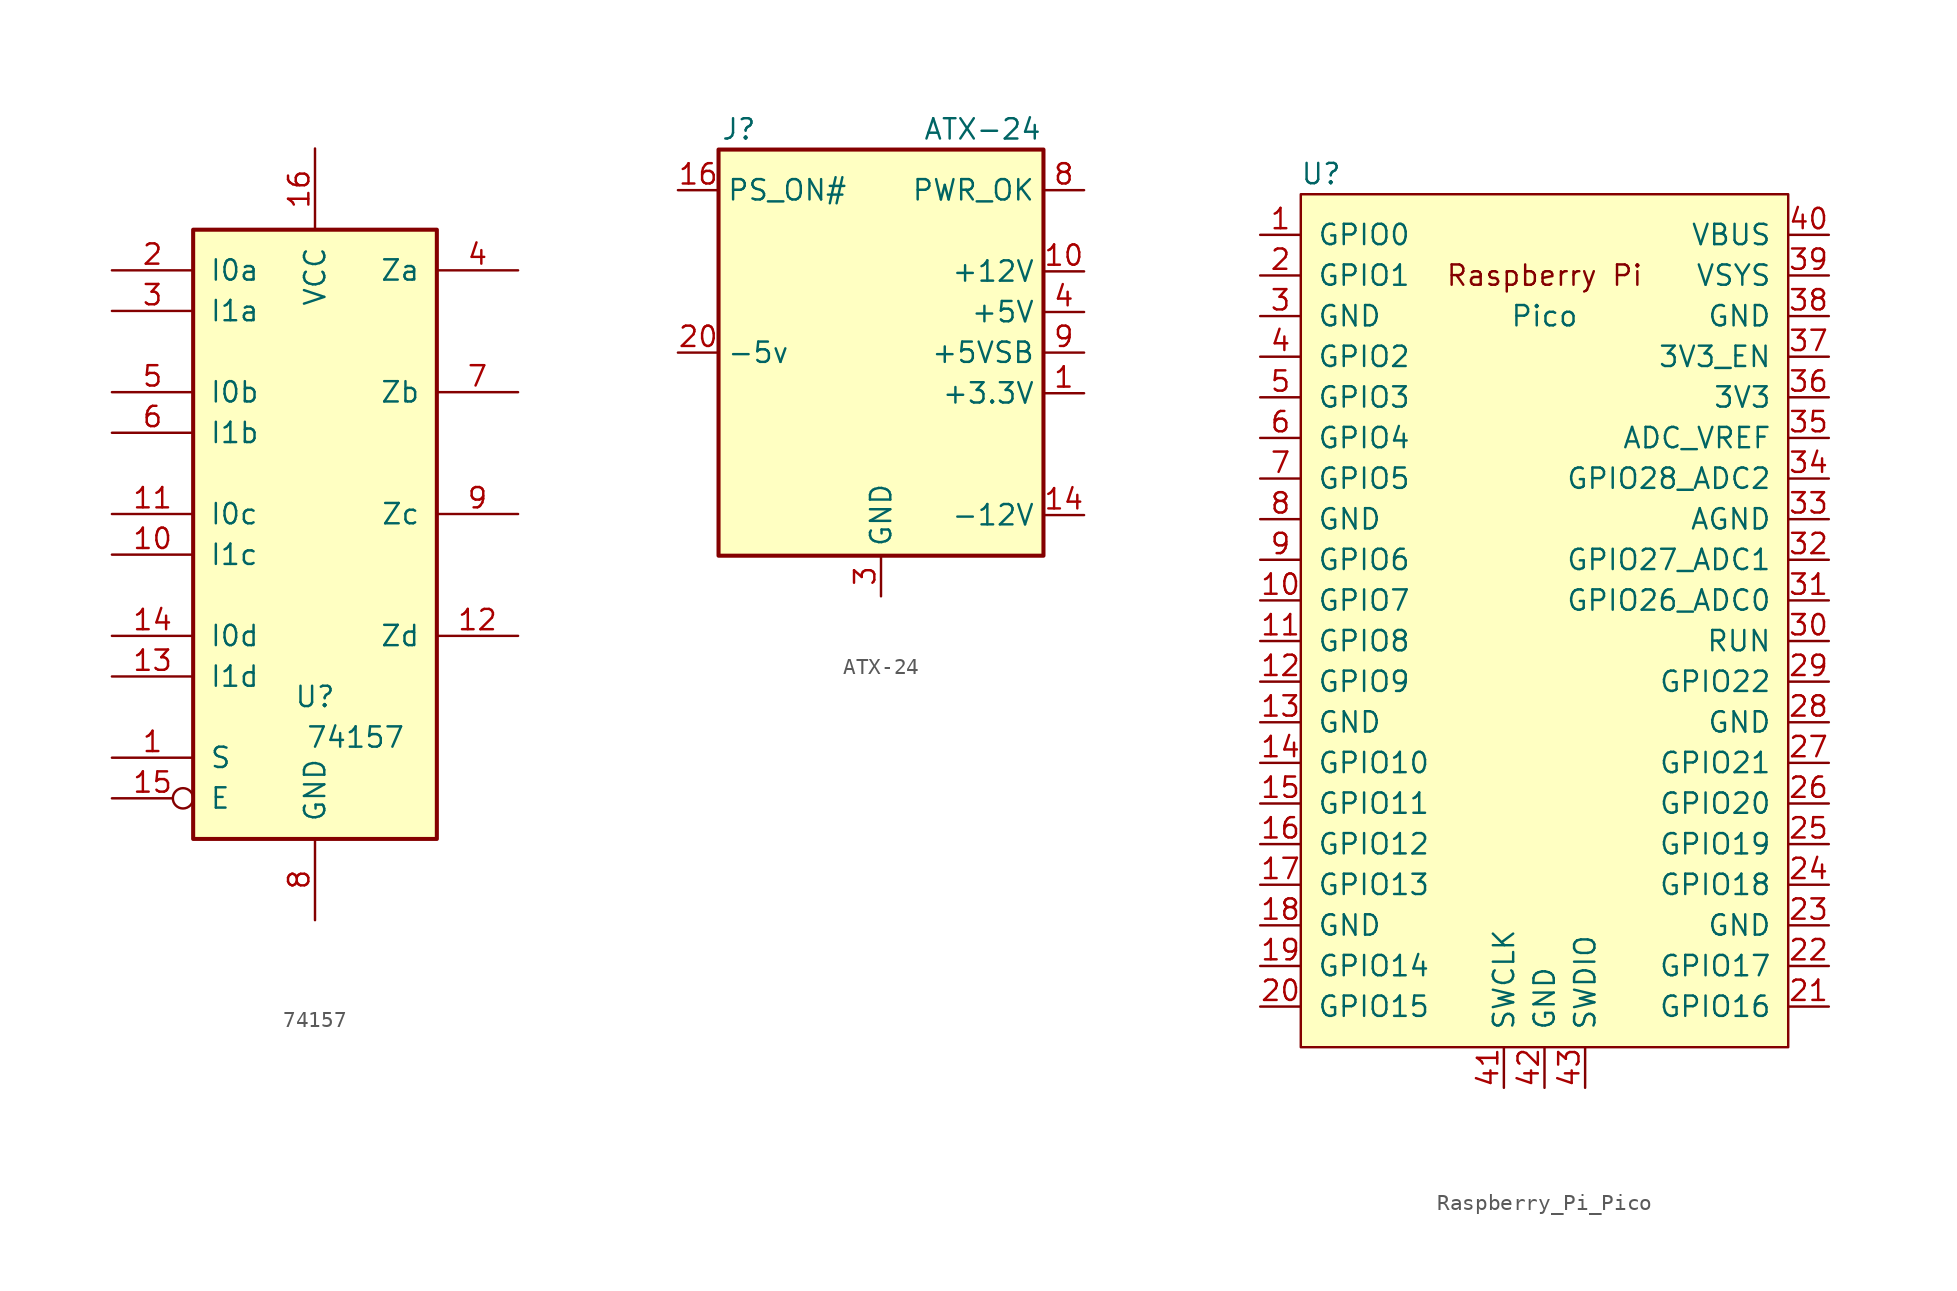
<source format=kicad_sym>
(kicad_symbol_lib
  (version 20220914)
  (generator kicad_symbol_editor)
  (symbol "74157"
    (pin_names
      (offset 1.016))
    (property "Reference" "U"
      (at 0 -11.43 0)
      (effects (font (size 1.27 1.27))))
    (property "Value" "74157"
      (at 2.54 -13.97 0)
      (effects (font (size 1.27 1.27))))
    (symbol "74157_1_0"
      (pin input line (at -12.7 -15.24 0) (length 5.08) (name "S" (effects (font (size 1.27 1.27)))) (number "1" (effects (font (size 1.27 1.27)))))
      (pin input line (at -12.7 -2.54 0) (length 5.08) (name "I1c" (effects (font (size 1.27 1.27)))) (number "10" (effects (font (size 1.27 1.27)))))
      (pin input line (at -12.7 0 0) (length 5.08) (name "I0c" (effects (font (size 1.27 1.27)))) (number "11" (effects (font (size 1.27 1.27)))))
      (pin output line (at 12.7 -7.62 180) (length 5.08) (name "Zd" (effects (font (size 1.27 1.27)))) (number "12" (effects (font (size 1.27 1.27)))))
      (pin input line (at -12.7 -10.16 0) (length 5.08) (name "I1d" (effects (font (size 1.27 1.27)))) (number "13" (effects (font (size 1.27 1.27)))))
      (pin input line (at -12.7 -7.62 0) (length 5.08) (name "I0d" (effects (font (size 1.27 1.27)))) (number "14" (effects (font (size 1.27 1.27)))))
      (pin input inverted (at -12.7 -17.78 0) (length 5.08) (name "E" (effects (font (size 1.27 1.27)))) (number "15" (effects (font (size 1.27 1.27)))))
      (pin power_in line (at 0 22.86 270) (length 5.08) (name "VCC" (effects (font (size 1.27 1.27)))) (number "16" (effects (font (size 1.27 1.27)))))
      (pin input line (at -12.7 15.24 0) (length 5.08) (name "I0a" (effects (font (size 1.27 1.27)))) (number "2" (effects (font (size 1.27 1.27)))))
      (pin input line (at -12.7 12.7 0) (length 5.08) (name "I1a" (effects (font (size 1.27 1.27)))) (number "3" (effects (font (size 1.27 1.27)))))
      (pin output line (at 12.7 15.24 180) (length 5.08) (name "Za" (effects (font (size 1.27 1.27)))) (number "4" (effects (font (size 1.27 1.27)))))
      (pin input line (at -12.7 7.62 0) (length 5.08) (name "I0b" (effects (font (size 1.27 1.27)))) (number "5" (effects (font (size 1.27 1.27)))))
      (pin input line (at -12.7 5.08 0) (length 5.08) (name "I1b" (effects (font (size 1.27 1.27)))) (number "6" (effects (font (size 1.27 1.27)))))
      (pin output line (at 12.7 7.62 180) (length 5.08) (name "Zb" (effects (font (size 1.27 1.27)))) (number "7" (effects (font (size 1.27 1.27)))))
      (pin power_in line (at 0 -25.4 90) (length 5.08) (name "GND" (effects (font (size 1.27 1.27)))) (number "8" (effects (font (size 1.27 1.27)))))
      (pin output line (at 12.7 0 180) (length 5.08) (name "Zc" (effects (font (size 1.27 1.27)))) (number "9" (effects (font (size 1.27 1.27))))))
    (symbol "74157_1_1"
      (rectangle (start -7.62 17.78) (end 7.62 -20.32) (stroke (width 0.254) (type default)) (fill (type background)))))
  (symbol "ATX-24"
    (property "Reference" "J"
      (at -8.89 13.97 0)
      (effects (font (size 1.27 1.27))))
    (property "Value" "ATX-24"
      (at 6.35 13.97 0)
      (effects (font (size 1.27 1.27))))
    (symbol "ATX-24_0_1"
      (rectangle (start -10.16 12.7) (end 10.16 -12.7) (stroke (width 0.254) (type solid)) (fill (type background))))
    (symbol "ATX-24_1_1"
      (pin power_out line (at 12.7 -2.54 180) (length 2.54) (name "+3.3V" (effects (font (size 1.27 1.27)))) (number "1" (effects (font (size 1.27 1.27)))))
      (pin power_out line (at 12.7 5.08 180) (length 2.54) (name "+12V" (effects (font (size 1.27 1.27)))) (number "10" (effects (font (size 1.27 1.27)))))
      (pin passive line (at 12.7 5.08 180) (length 2.54) hide (name "+12V" (effects (font (size 1.27 1.27)))) (number "11" (effects (font (size 1.27 1.27)))))
      (pin passive line (at 12.7 -2.54 180) (length 2.54) hide (name "+3.3V" (effects (font (size 1.27 1.27)))) (number "12" (effects (font (size 1.27 1.27)))))
      (pin passive line (at 12.7 -2.54 180) (length 2.54) hide (name "+3.3V" (effects (font (size 1.27 1.27)))) (number "13" (effects (font (size 1.27 1.27)))))
      (pin power_out line (at 12.7 -10.16 180) (length 2.54) (name "-12V" (effects (font (size 1.27 1.27)))) (number "14" (effects (font (size 1.27 1.27)))))
      (pin passive line (at 0 -15.24 90) (length 2.54) hide (name "GND" (effects (font (size 1.27 1.27)))) (number "15" (effects (font (size 1.27 1.27)))))
      (pin open_collector line (at -12.7 10.16 0) (length 2.54) (name "PS_ON#" (effects (font (size 1.27 1.27)))) (number "16" (effects (font (size 1.27 1.27)))))
      (pin passive line (at 0 -15.24 90) (length 2.54) hide (name "GND" (effects (font (size 1.27 1.27)))) (number "17" (effects (font (size 1.27 1.27)))))
      (pin passive line (at 0 -15.24 90) (length 2.54) hide (name "GND" (effects (font (size 1.27 1.27)))) (number "18" (effects (font (size 1.27 1.27)))))
      (pin passive line (at 0 -15.24 90) (length 2.54) hide (name "GND" (effects (font (size 1.27 1.27)))) (number "19" (effects (font (size 1.27 1.27)))))
      (pin passive line (at 12.7 -2.54 180) (length 2.54) hide (name "+3.3V" (effects (font (size 1.27 1.27)))) (number "2" (effects (font (size 1.27 1.27)))))
      (pin power_out line (at -12.7 0 0) (length 2.54) (name "-5v" (effects (font (size 1.27 1.27)))) (number "20" (effects (font (size 1.27 1.27)))))
      (pin passive line (at 12.7 2.54 180) (length 2.54) hide (name "+5V" (effects (font (size 1.27 1.27)))) (number "21" (effects (font (size 1.27 1.27)))))
      (pin passive line (at 12.7 2.54 180) (length 2.54) hide (name "+5V" (effects (font (size 1.27 1.27)))) (number "22" (effects (font (size 1.27 1.27)))))
      (pin passive line (at 12.7 2.54 180) (length 2.54) hide (name "+5V" (effects (font (size 1.27 1.27)))) (number "23" (effects (font (size 1.27 1.27)))))
      (pin passive line (at 0 -15.24 90) (length 2.54) hide (name "GND" (effects (font (size 1.27 1.27)))) (number "24" (effects (font (size 1.27 1.27)))))
      (pin power_out line (at 0 -15.24 90) (length 2.54) (name "GND" (effects (font (size 1.27 1.27)))) (number "3" (effects (font (size 1.27 1.27)))))
      (pin power_out line (at 12.7 2.54 180) (length 2.54) (name "+5V" (effects (font (size 1.27 1.27)))) (number "4" (effects (font (size 1.27 1.27)))))
      (pin passive line (at 0 -15.24 90) (length 2.54) hide (name "GND" (effects (font (size 1.27 1.27)))) (number "5" (effects (font (size 1.27 1.27)))))
      (pin passive line (at 12.7 2.54 180) (length 2.54) hide (name "+5V" (effects (font (size 1.27 1.27)))) (number "6" (effects (font (size 1.27 1.27)))))
      (pin passive line (at 0 -15.24 90) (length 2.54) hide (name "GND" (effects (font (size 1.27 1.27)))) (number "7" (effects (font (size 1.27 1.27)))))
      (pin output line (at 12.7 10.16 180) (length 2.54) (name "PWR_OK" (effects (font (size 1.27 1.27)))) (number "8" (effects (font (size 1.27 1.27)))))
      (pin power_out line (at 12.7 0 180) (length 2.54) (name "+5VSB" (effects (font (size 1.27 1.27)))) (number "9" (effects (font (size 1.27 1.27)))))))
  (symbol "Raspberry_Pi_Pico"
    (pin_names
      (offset 1.016))
    (property "Reference" "U"
      (at -13.97 27.94 0)
      (effects (font (size 1.27 1.27))))
    (property "Value" "Pico"
      (at 0 19.05 0)
      (effects (font (size 1.27 1.27))))
    (symbol "Raspberry_Pi_Pico_0_0"
      (text "Raspberry Pi" (at 0 21.59 0) (effects (font (size 1.27 1.27)))))
    (symbol "Raspberry_Pi_Pico_0_1"
      (rectangle (start -15.24 26.67) (end 15.24 -26.67) (stroke (width 0) (type solid)) (fill (type background))))
    (symbol "Raspberry_Pi_Pico_1_1"
      (pin bidirectional line (at -17.78 24.13 0) (length 2.54) (name "GPIO0" (effects (font (size 1.27 1.27)))) (number "1" (effects (font (size 1.27 1.27)))))
      (pin bidirectional line (at -17.78 1.27 0) (length 2.54) (name "GPIO7" (effects (font (size 1.27 1.27)))) (number "10" (effects (font (size 1.27 1.27)))))
      (pin bidirectional line (at -17.78 -1.27 0) (length 2.54) (name "GPIO8" (effects (font (size 1.27 1.27)))) (number "11" (effects (font (size 1.27 1.27)))))
      (pin bidirectional line (at -17.78 -3.81 0) (length 2.54) (name "GPIO9" (effects (font (size 1.27 1.27)))) (number "12" (effects (font (size 1.27 1.27)))))
      (pin power_in line (at -17.78 -6.35 0) (length 2.54) (name "GND" (effects (font (size 1.27 1.27)))) (number "13" (effects (font (size 1.27 1.27)))))
      (pin bidirectional line (at -17.78 -8.89 0) (length 2.54) (name "GPIO10" (effects (font (size 1.27 1.27)))) (number "14" (effects (font (size 1.27 1.27)))))
      (pin bidirectional line (at -17.78 -11.43 0) (length 2.54) (name "GPIO11" (effects (font (size 1.27 1.27)))) (number "15" (effects (font (size 1.27 1.27)))))
      (pin bidirectional line (at -17.78 -13.97 0) (length 2.54) (name "GPIO12" (effects (font (size 1.27 1.27)))) (number "16" (effects (font (size 1.27 1.27)))))
      (pin bidirectional line (at -17.78 -16.51 0) (length 2.54) (name "GPIO13" (effects (font (size 1.27 1.27)))) (number "17" (effects (font (size 1.27 1.27)))))
      (pin power_in line (at -17.78 -19.05 0) (length 2.54) (name "GND" (effects (font (size 1.27 1.27)))) (number "18" (effects (font (size 1.27 1.27)))))
      (pin bidirectional line (at -17.78 -21.59 0) (length 2.54) (name "GPIO14" (effects (font (size 1.27 1.27)))) (number "19" (effects (font (size 1.27 1.27)))))
      (pin bidirectional line (at -17.78 21.59 0) (length 2.54) (name "GPIO1" (effects (font (size 1.27 1.27)))) (number "2" (effects (font (size 1.27 1.27)))))
      (pin bidirectional line (at -17.78 -24.13 0) (length 2.54) (name "GPIO15" (effects (font (size 1.27 1.27)))) (number "20" (effects (font (size 1.27 1.27)))))
      (pin bidirectional line (at 17.78 -24.13 180) (length 2.54) (name "GPIO16" (effects (font (size 1.27 1.27)))) (number "21" (effects (font (size 1.27 1.27)))))
      (pin bidirectional line (at 17.78 -21.59 180) (length 2.54) (name "GPIO17" (effects (font (size 1.27 1.27)))) (number "22" (effects (font (size 1.27 1.27)))))
      (pin power_in line (at 17.78 -19.05 180) (length 2.54) (name "GND" (effects (font (size 1.27 1.27)))) (number "23" (effects (font (size 1.27 1.27)))))
      (pin bidirectional line (at 17.78 -16.51 180) (length 2.54) (name "GPIO18" (effects (font (size 1.27 1.27)))) (number "24" (effects (font (size 1.27 1.27)))))
      (pin bidirectional line (at 17.78 -13.97 180) (length 2.54) (name "GPIO19" (effects (font (size 1.27 1.27)))) (number "25" (effects (font (size 1.27 1.27)))))
      (pin bidirectional line (at 17.78 -11.43 180) (length 2.54) (name "GPIO20" (effects (font (size 1.27 1.27)))) (number "26" (effects (font (size 1.27 1.27)))))
      (pin bidirectional line (at 17.78 -8.89 180) (length 2.54) (name "GPIO21" (effects (font (size 1.27 1.27)))) (number "27" (effects (font (size 1.27 1.27)))))
      (pin power_in line (at 17.78 -6.35 180) (length 2.54) (name "GND" (effects (font (size 1.27 1.27)))) (number "28" (effects (font (size 1.27 1.27)))))
      (pin bidirectional line (at 17.78 -3.81 180) (length 2.54) (name "GPIO22" (effects (font (size 1.27 1.27)))) (number "29" (effects (font (size 1.27 1.27)))))
      (pin power_in line (at -17.78 19.05 0) (length 2.54) (name "GND" (effects (font (size 1.27 1.27)))) (number "3" (effects (font (size 1.27 1.27)))))
      (pin input line (at 17.78 -1.27 180) (length 2.54) (name "RUN" (effects (font (size 1.27 1.27)))) (number "30" (effects (font (size 1.27 1.27)))))
      (pin bidirectional line (at 17.78 1.27 180) (length 2.54) (name "GPIO26_ADC0" (effects (font (size 1.27 1.27)))) (number "31" (effects (font (size 1.27 1.27)))))
      (pin bidirectional line (at 17.78 3.81 180) (length 2.54) (name "GPIO27_ADC1" (effects (font (size 1.27 1.27)))) (number "32" (effects (font (size 1.27 1.27)))))
      (pin power_in line (at 17.78 6.35 180) (length 2.54) (name "AGND" (effects (font (size 1.27 1.27)))) (number "33" (effects (font (size 1.27 1.27)))))
      (pin bidirectional line (at 17.78 8.89 180) (length 2.54) (name "GPIO28_ADC2" (effects (font (size 1.27 1.27)))) (number "34" (effects (font (size 1.27 1.27)))))
      (pin unspecified line (at 17.78 11.43 180) (length 2.54) (name "ADC_VREF" (effects (font (size 1.27 1.27)))) (number "35" (effects (font (size 1.27 1.27)))))
      (pin unspecified line (at 17.78 13.97 180) (length 2.54) (name "3V3" (effects (font (size 1.27 1.27)))) (number "36" (effects (font (size 1.27 1.27)))))
      (pin input line (at 17.78 16.51 180) (length 2.54) (name "3V3_EN" (effects (font (size 1.27 1.27)))) (number "37" (effects (font (size 1.27 1.27)))))
      (pin bidirectional line (at 17.78 19.05 180) (length 2.54) (name "GND" (effects (font (size 1.27 1.27)))) (number "38" (effects (font (size 1.27 1.27)))))
      (pin unspecified line (at 17.78 21.59 180) (length 2.54) (name "VSYS" (effects (font (size 1.27 1.27)))) (number "39" (effects (font (size 1.27 1.27)))))
      (pin bidirectional line (at -17.78 16.51 0) (length 2.54) (name "GPIO2" (effects (font (size 1.27 1.27)))) (number "4" (effects (font (size 1.27 1.27)))))
      (pin unspecified line (at 17.78 24.13 180) (length 2.54) (name "VBUS" (effects (font (size 1.27 1.27)))) (number "40" (effects (font (size 1.27 1.27)))))
      (pin input line (at -2.54 -29.21 90) (length 2.54) (name "SWCLK" (effects (font (size 1.27 1.27)))) (number "41" (effects (font (size 1.27 1.27)))))
      (pin power_in line (at 0 -29.21 90) (length 2.54) (name "GND" (effects (font (size 1.27 1.27)))) (number "42" (effects (font (size 1.27 1.27)))))
      (pin bidirectional line (at 2.54 -29.21 90) (length 2.54) (name "SWDIO" (effects (font (size 1.27 1.27)))) (number "43" (effects (font (size 1.27 1.27)))))
      (pin bidirectional line (at -17.78 13.97 0) (length 2.54) (name "GPIO3" (effects (font (size 1.27 1.27)))) (number "5" (effects (font (size 1.27 1.27)))))
      (pin bidirectional line (at -17.78 11.43 0) (length 2.54) (name "GPIO4" (effects (font (size 1.27 1.27)))) (number "6" (effects (font (size 1.27 1.27)))))
      (pin bidirectional line (at -17.78 8.89 0) (length 2.54) (name "GPIO5" (effects (font (size 1.27 1.27)))) (number "7" (effects (font (size 1.27 1.27)))))
      (pin power_in line (at -17.78 6.35 0) (length 2.54) (name "GND" (effects (font (size 1.27 1.27)))) (number "8" (effects (font (size 1.27 1.27)))))
      (pin bidirectional line (at -17.78 3.81 0) (length 2.54) (name "GPIO6" (effects (font (size 1.27 1.27)))) (number "9" (effects (font (size 1.27 1.27))))))))
</source>
